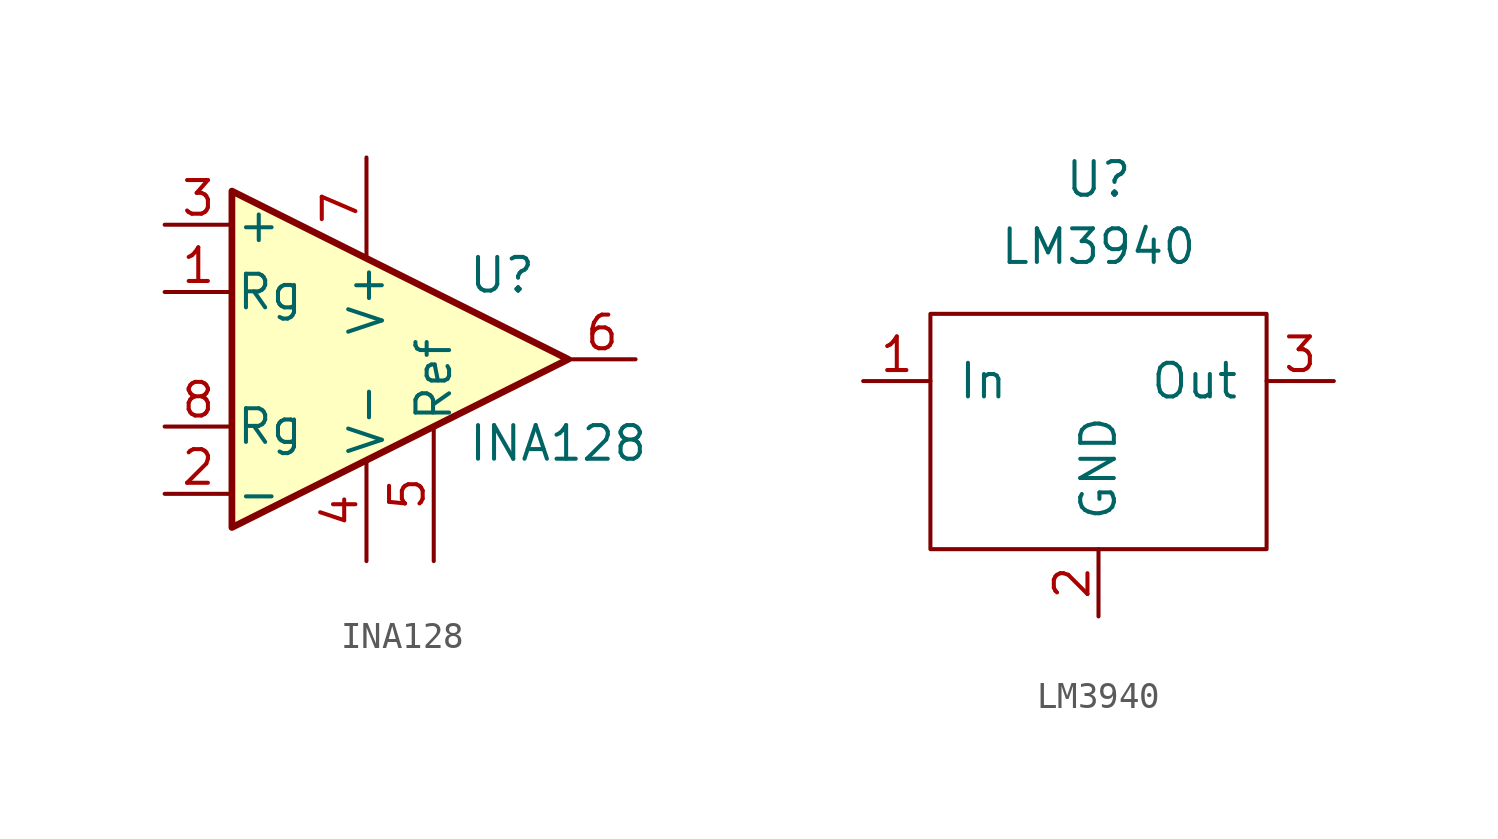
<source format=kicad_sym>
(kicad_symbol_lib
  (version 20231120)
  (generator "kicad_symbol_editor")
  (generator_version "8.0")
  (symbol "INA128"
    (pin_names
      (offset 0.127))
    (property "Reference" "U"
      (at 3.81 3.175 0)
      (effects (font (size 1.27 1.27)) (justify left)))
    (property "Value" "INA128"
      (at 3.81 -3.175 0)
      (effects (font (size 1.27 1.27)) (justify left)))
    (symbol "INA128_0_1"
      (polyline (pts (xy 7.62 0) (xy -5.08 6.35) (xy -5.08 -6.35) (xy 7.62 0)) (stroke (width 0.254) (type solid)) (fill (type background))))
    (symbol "INA128_1_1"
      (pin passive line (at -7.62 2.54 0) (length 2.54) (name "Rg" (effects (font (size 1.27 1.27)))) (number "1" (effects (font (size 1.27 1.27)))))
      (pin input line (at -7.62 -5.08 0) (length 2.54) (name "-" (effects (font (size 1.27 1.27)))) (number "2" (effects (font (size 1.27 1.27)))))
      (pin input line (at -7.62 5.08 0) (length 2.54) (name "+" (effects (font (size 1.27 1.27)))) (number "3" (effects (font (size 1.27 1.27)))))
      (pin power_in line (at 0 -7.62 90) (length 3.81) (name "V-" (effects (font (size 1.27 1.27)))) (number "4" (effects (font (size 1.27 1.27)))))
      (pin input line (at 2.54 -7.62 90) (length 5.08) (name "Ref" (effects (font (size 1.27 1.27)))) (number "5" (effects (font (size 1.27 1.27)))))
      (pin output line (at 10.16 0 180) (length 2.54) (name "~" (effects (font (size 1.27 1.27)))) (number "6" (effects (font (size 1.27 1.27)))))
      (pin power_in line (at 0 7.62 270) (length 3.81) (name "V+" (effects (font (size 1.27 1.27)))) (number "7" (effects (font (size 1.27 1.27)))))
      (pin passive line (at -7.62 -2.54 0) (length 2.54) (name "Rg" (effects (font (size 1.27 1.27)))) (number "8" (effects (font (size 1.27 1.27)))))))
  (symbol "LM3940"
    (pin_names
      (offset 1.016))
    (property "Reference" "U"
      (at 0 5.08 0)
      (effects (font (size 1.27 1.27))))
    (property "Value" "LM3940"
      (at 0 2.54 0)
      (effects (font (size 1.27 1.27))))
    (symbol "LM3940_0_1"
      (rectangle (start -6.35 0) (end 6.35 -8.89) (stroke (width 0) (type solid)) (fill (type none))))
    (symbol "LM3940_1_1"
      (pin input line (at -8.89 -2.54 0) (length 2.54) (name "In" (effects (font (size 1.27 1.27)))) (number "1" (effects (font (size 1.27 1.27)))))
      (pin input line (at 0 -11.43 90) (length 2.54) (name "GND" (effects (font (size 1.27 1.27)))) (number "2" (effects (font (size 1.27 1.27)))))
      (pin input line (at 8.89 -2.54 180) (length 2.54) (name "Out" (effects (font (size 1.27 1.27)))) (number "3" (effects (font (size 1.27 1.27))))))))
</source>
